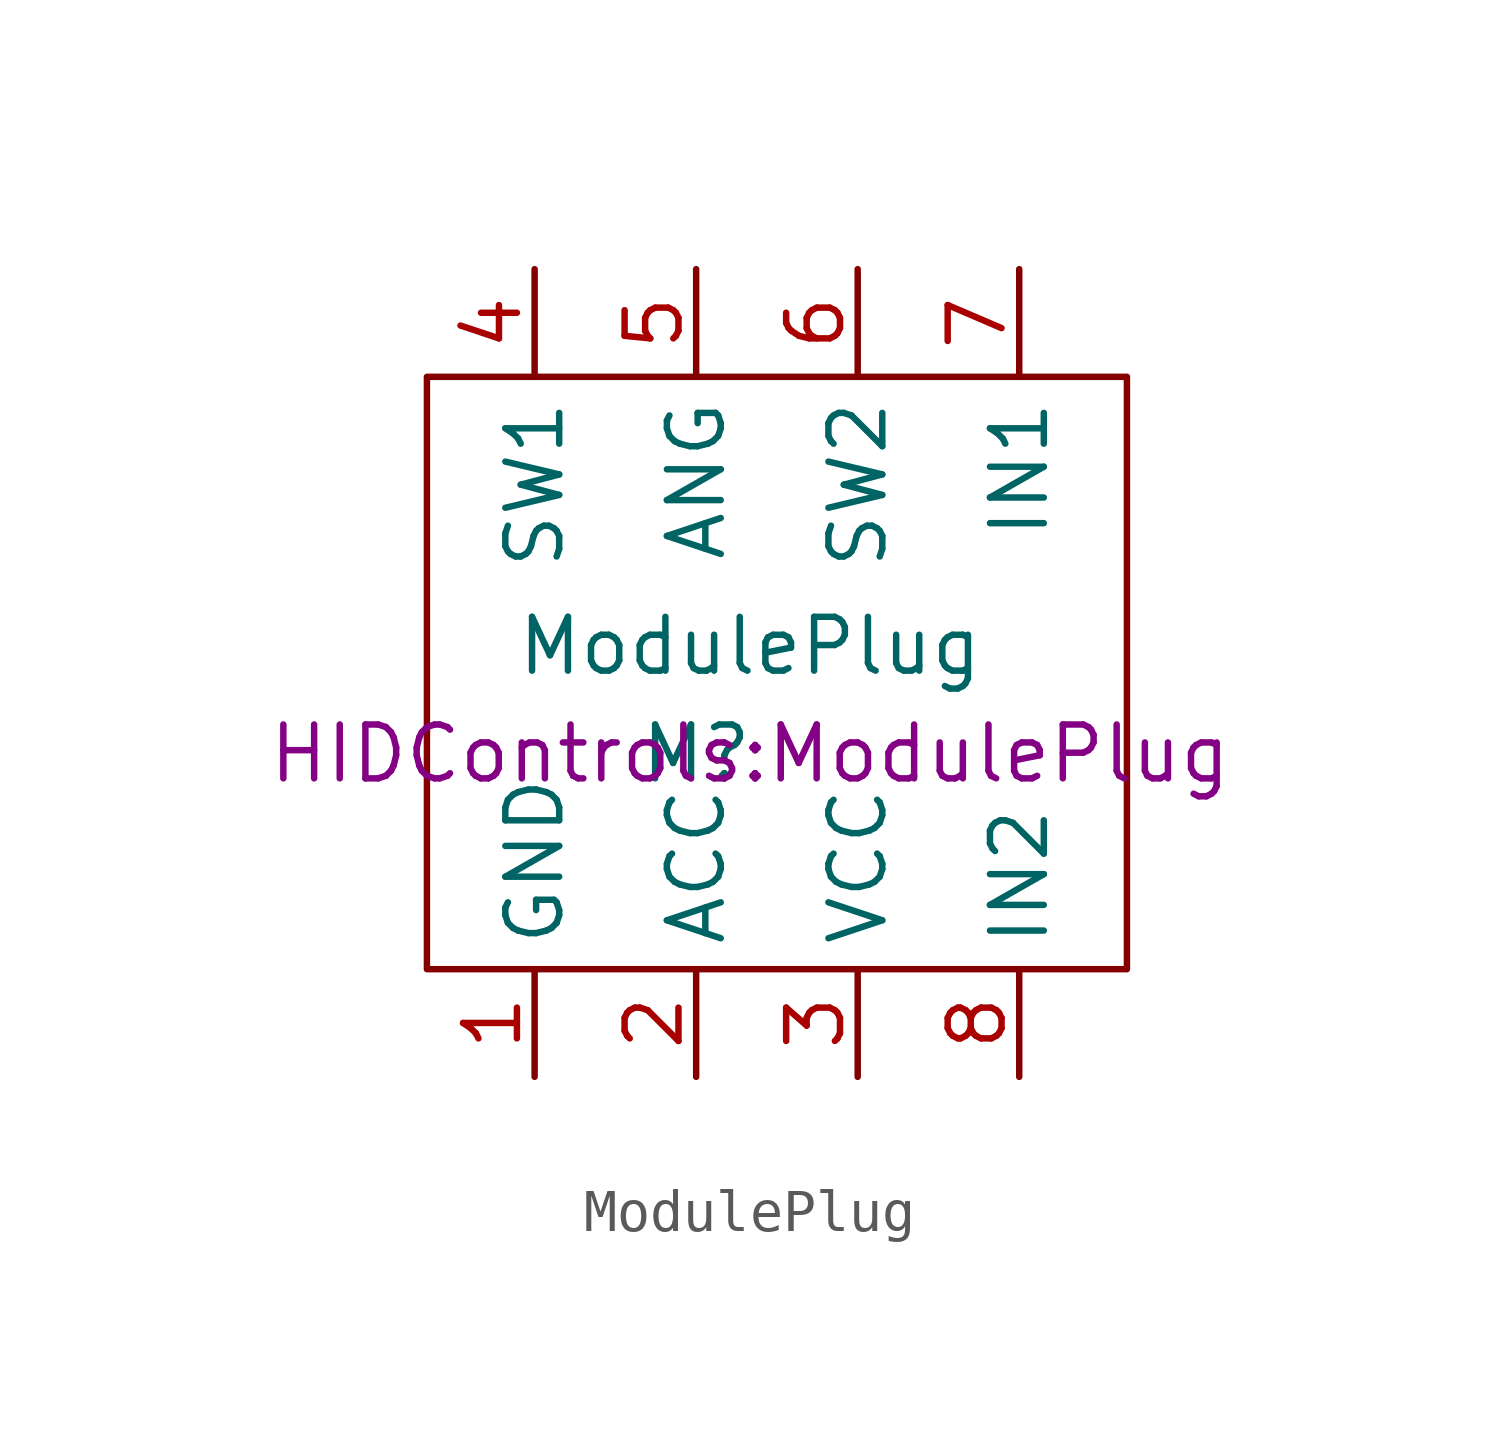
<source format=kicad_sym>
(kicad_symbol_lib
  (version 20211014)
  (generator kicad_symbol_editor)
  (symbol "ModulePlug"
    (property "Reference" "M"
      (at 0 0 0)
      (effects (font (size 1.27 1.27))))
    (property "Value" "ModulePlug"
      (at 1.27 2.54 0)
      (effects (font (size 1.27 1.27))))
    (property "Footprint" "HIDControls:ModulePlug"
      (at 1.27 0 0)
      (effects (font (size 1.27 1.27))))
    (symbol "ModulePlug_0_1"
      (polyline (pts (xy -6.35 8.89) (xy 10.16 8.89) (xy 10.16 -5.08) (xy -6.35 -5.08) (xy -6.35 8.89)) (stroke (width 0) (type default) (color 0 0 0 0)) (fill (type none))))
    (symbol "ModulePlug_1_1"
      (pin input line (at -3.81 -7.62 90) (length 2.54) (name "GND" (effects (font (size 1.27 1.27)))) (number "1" (effects (font (size 1.27 1.27)))))
      (pin input line (at 0 -7.62 90) (length 2.54) (name "ACC" (effects (font (size 1.27 1.27)))) (number "2" (effects (font (size 1.27 1.27)))))
      (pin input line (at 3.81 -7.62 90) (length 2.54) (name "VCC" (effects (font (size 1.27 1.27)))) (number "3" (effects (font (size 1.27 1.27)))))
      (pin input line (at -3.81 11.43 270) (length 2.54) (name "SW1" (effects (font (size 1.27 1.27)))) (number "4" (effects (font (size 1.27 1.27)))))
      (pin input line (at 0 11.43 270) (length 2.54) (name "ANG" (effects (font (size 1.27 1.27)))) (number "5" (effects (font (size 1.27 1.27)))))
      (pin input line (at 3.81 11.43 270) (length 2.54) (name "SW2" (effects (font (size 1.27 1.27)))) (number "6" (effects (font (size 1.27 1.27)))))
      (pin input line (at 7.62 11.43 270) (length 2.54) (name "IN1" (effects (font (size 1.27 1.27)))) (number "7" (effects (font (size 1.27 1.27)))))
      (pin input line (at 7.62 -7.62 90) (length 2.54) (name "IN2" (effects (font (size 1.27 1.27)))) (number "8" (effects (font (size 1.27 1.27))))))))
</source>
